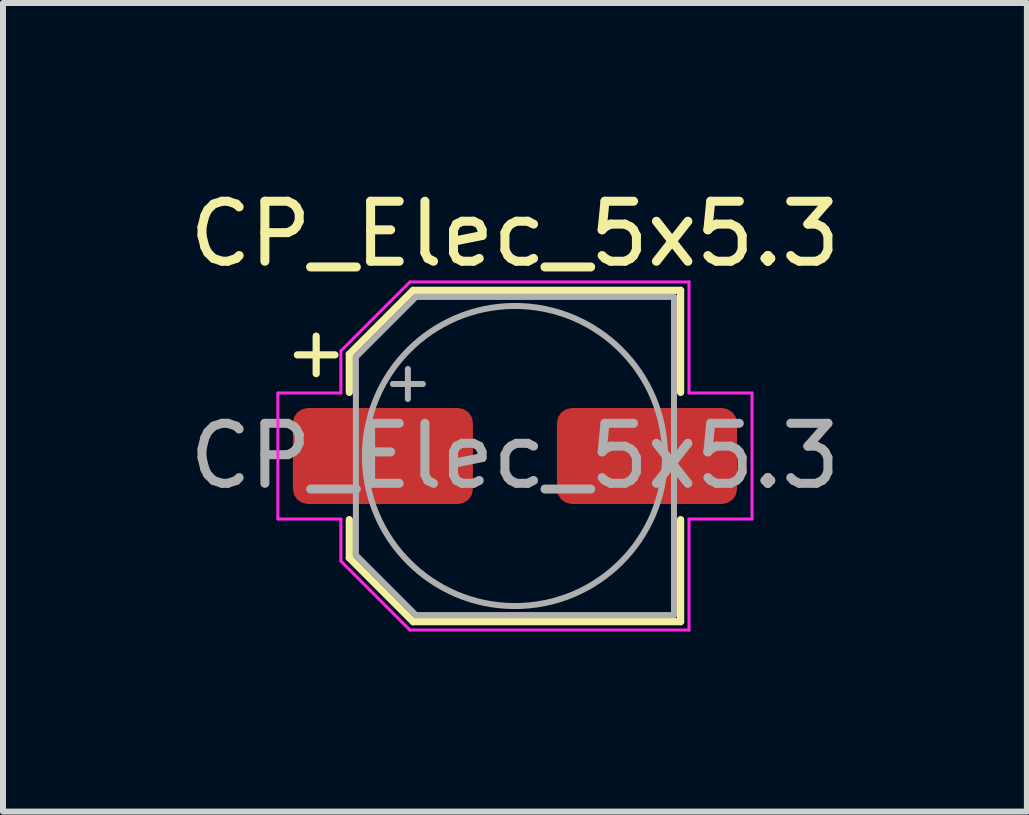
<source format=kicad_pcb>
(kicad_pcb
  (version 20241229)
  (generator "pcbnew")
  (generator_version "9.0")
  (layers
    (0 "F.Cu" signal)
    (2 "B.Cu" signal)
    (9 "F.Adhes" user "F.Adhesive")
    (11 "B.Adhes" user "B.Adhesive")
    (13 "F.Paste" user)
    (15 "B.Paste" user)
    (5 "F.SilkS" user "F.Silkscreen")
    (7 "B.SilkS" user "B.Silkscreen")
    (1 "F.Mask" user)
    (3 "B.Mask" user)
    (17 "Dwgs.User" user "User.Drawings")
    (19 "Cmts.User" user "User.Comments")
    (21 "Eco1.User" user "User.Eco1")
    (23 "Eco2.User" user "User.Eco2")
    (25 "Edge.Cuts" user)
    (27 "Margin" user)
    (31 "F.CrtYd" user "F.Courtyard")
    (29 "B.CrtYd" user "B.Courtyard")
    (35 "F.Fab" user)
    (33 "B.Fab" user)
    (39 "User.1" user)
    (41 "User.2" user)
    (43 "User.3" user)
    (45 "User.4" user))
  (footprint "CP_Elec_5x5.3"
    (layer "F.Cu")
    (at 5.53 4.548)
    (property "Reference" "CP_Elec_5x5.3" (at 0 -3.7 0) (layer "F.SilkS") (effects (font (size 1 1) (thickness 0.15))))
    (attr smd)
    (fp_line (start -3.625 -1.685) (end -3 -1.685) (stroke (width 0.12) (type solid)) (layer "F.SilkS"))
    (fp_line (start -3.312 -1.998) (end -3.312 -1.373) (stroke (width 0.12) (type solid)) (layer "F.SilkS"))
    (fp_line (start -2.76 -1.696) (end -2.76 -1.06) (stroke (width 0.12) (type solid)) (layer "F.SilkS"))
    (fp_line (start -2.76 -1.696) (end -1.696 -2.76) (stroke (width 0.12) (type solid)) (layer "F.SilkS"))
    (fp_line (start -2.76 1.696) (end -2.76 1.06) (stroke (width 0.12) (type solid)) (layer "F.SilkS"))
    (fp_line (start -2.76 1.696) (end -1.696 2.76) (stroke (width 0.12) (type solid)) (layer "F.SilkS"))
    (fp_line (start -1.696 -2.76) (end 2.76 -2.76) (stroke (width 0.12) (type solid)) (layer "F.SilkS"))
    (fp_line (start -1.696 2.76) (end 2.76 2.76) (stroke (width 0.12) (type solid)) (layer "F.SilkS"))
    (fp_line (start 2.76 -2.76) (end 2.76 -1.06) (stroke (width 0.12) (type solid)) (layer "F.SilkS"))
    (fp_line (start 2.76 2.76) (end 2.76 1.06) (stroke (width 0.12) (type solid)) (layer "F.SilkS"))
    (fp_line (start -3.95 -1.05) (end -3.95 1.05) (stroke (width 0.05) (type solid)) (layer "F.CrtYd"))
    (fp_line (start -3.95 1.05) (end -2.9 1.05) (stroke (width 0.05) (type solid)) (layer "F.CrtYd"))
    (fp_line (start -2.9 -1.75) (end -2.9 -1.05) (stroke (width 0.05) (type solid)) (layer "F.CrtYd"))
    (fp_line (start -2.9 -1.75) (end -1.75 -2.9) (stroke (width 0.05) (type solid)) (layer "F.CrtYd"))
    (fp_line (start -2.9 -1.05) (end -3.95 -1.05) (stroke (width 0.05) (type solid)) (layer "F.CrtYd"))
    (fp_line (start -2.9 1.05) (end -2.9 1.75) (stroke (width 0.05) (type solid)) (layer "F.CrtYd"))
    (fp_line (start -2.9 1.75) (end -1.75 2.9) (stroke (width 0.05) (type solid)) (layer "F.CrtYd"))
    (fp_line (start -1.75 -2.9) (end 2.9 -2.9) (stroke (width 0.05) (type solid)) (layer "F.CrtYd"))
    (fp_line (start -1.75 2.9) (end 2.9 2.9) (stroke (width 0.05) (type solid)) (layer "F.CrtYd"))
    (fp_line (start 2.9 -2.9) (end 2.9 -1.05) (stroke (width 0.05) (type solid)) (layer "F.CrtYd"))
    (fp_line (start 2.9 -1.05) (end 3.95 -1.05) (stroke (width 0.05) (type solid)) (layer "F.CrtYd"))
    (fp_line (start 2.9 1.05) (end 2.9 2.9) (stroke (width 0.05) (type solid)) (layer "F.CrtYd"))
    (fp_line (start 3.95 -1.05) (end 3.95 1.05) (stroke (width 0.05) (type solid)) (layer "F.CrtYd"))
    (fp_line (start 3.95 1.05) (end 2.9 1.05) (stroke (width 0.05) (type solid)) (layer "F.CrtYd"))
    (fp_line (start -2.65 -1.65) (end -2.65 1.65) (stroke (width 0.1) (type solid)) (layer "F.Fab"))
    (fp_line (start -2.65 -1.65) (end -1.65 -2.65) (stroke (width 0.1) (type solid)) (layer "F.Fab"))
    (fp_line (start -2.65 1.65) (end -1.65 2.65) (stroke (width 0.1) (type solid)) (layer "F.Fab"))
    (fp_line (start -2.034 -1.2) (end -1.534 -1.2) (stroke (width 0.1) (type solid)) (layer "F.Fab"))
    (fp_line (start -1.784 -1.45) (end -1.784 -0.95) (stroke (width 0.1) (type solid)) (layer "F.Fab"))
    (fp_line (start -1.65 -2.65) (end 2.65 -2.65) (stroke (width 0.1) (type solid)) (layer "F.Fab"))
    (fp_line (start -1.65 2.65) (end 2.65 2.65) (stroke (width 0.1) (type solid)) (layer "F.Fab"))
    (fp_line (start 2.65 -2.65) (end 2.65 2.65) (stroke (width 0.1) (type solid)) (layer "F.Fab"))
    (fp_circle (center 0 0) (end 2.5 0) (stroke (width 0.1) (type solid)) (fill no) (layer "F.Fab"))
    (fp_text user "${REFERENCE}" (at 0 0 0) (layer "F.Fab") (effects (font (size 1 1) (thickness 0.15))))
    (pad "1" smd roundrect (at -2.2 0) (size 3 1.6) (layers "F.Cu" "F.Mask" "F.Paste") (roundrect_rratio 0.156))
    (pad "2" smd roundrect (at 2.2 0) (size 3 1.6) (layers "F.Cu" "F.Mask" "F.Paste") (roundrect_rratio 0.156)))
  (gr_rect
    (start -3 -3)
    (end 14.06 10.473)
    (stroke (width 0.1) (type default))
    (fill no)
    (layer "Edge.Cuts")))
</source>
